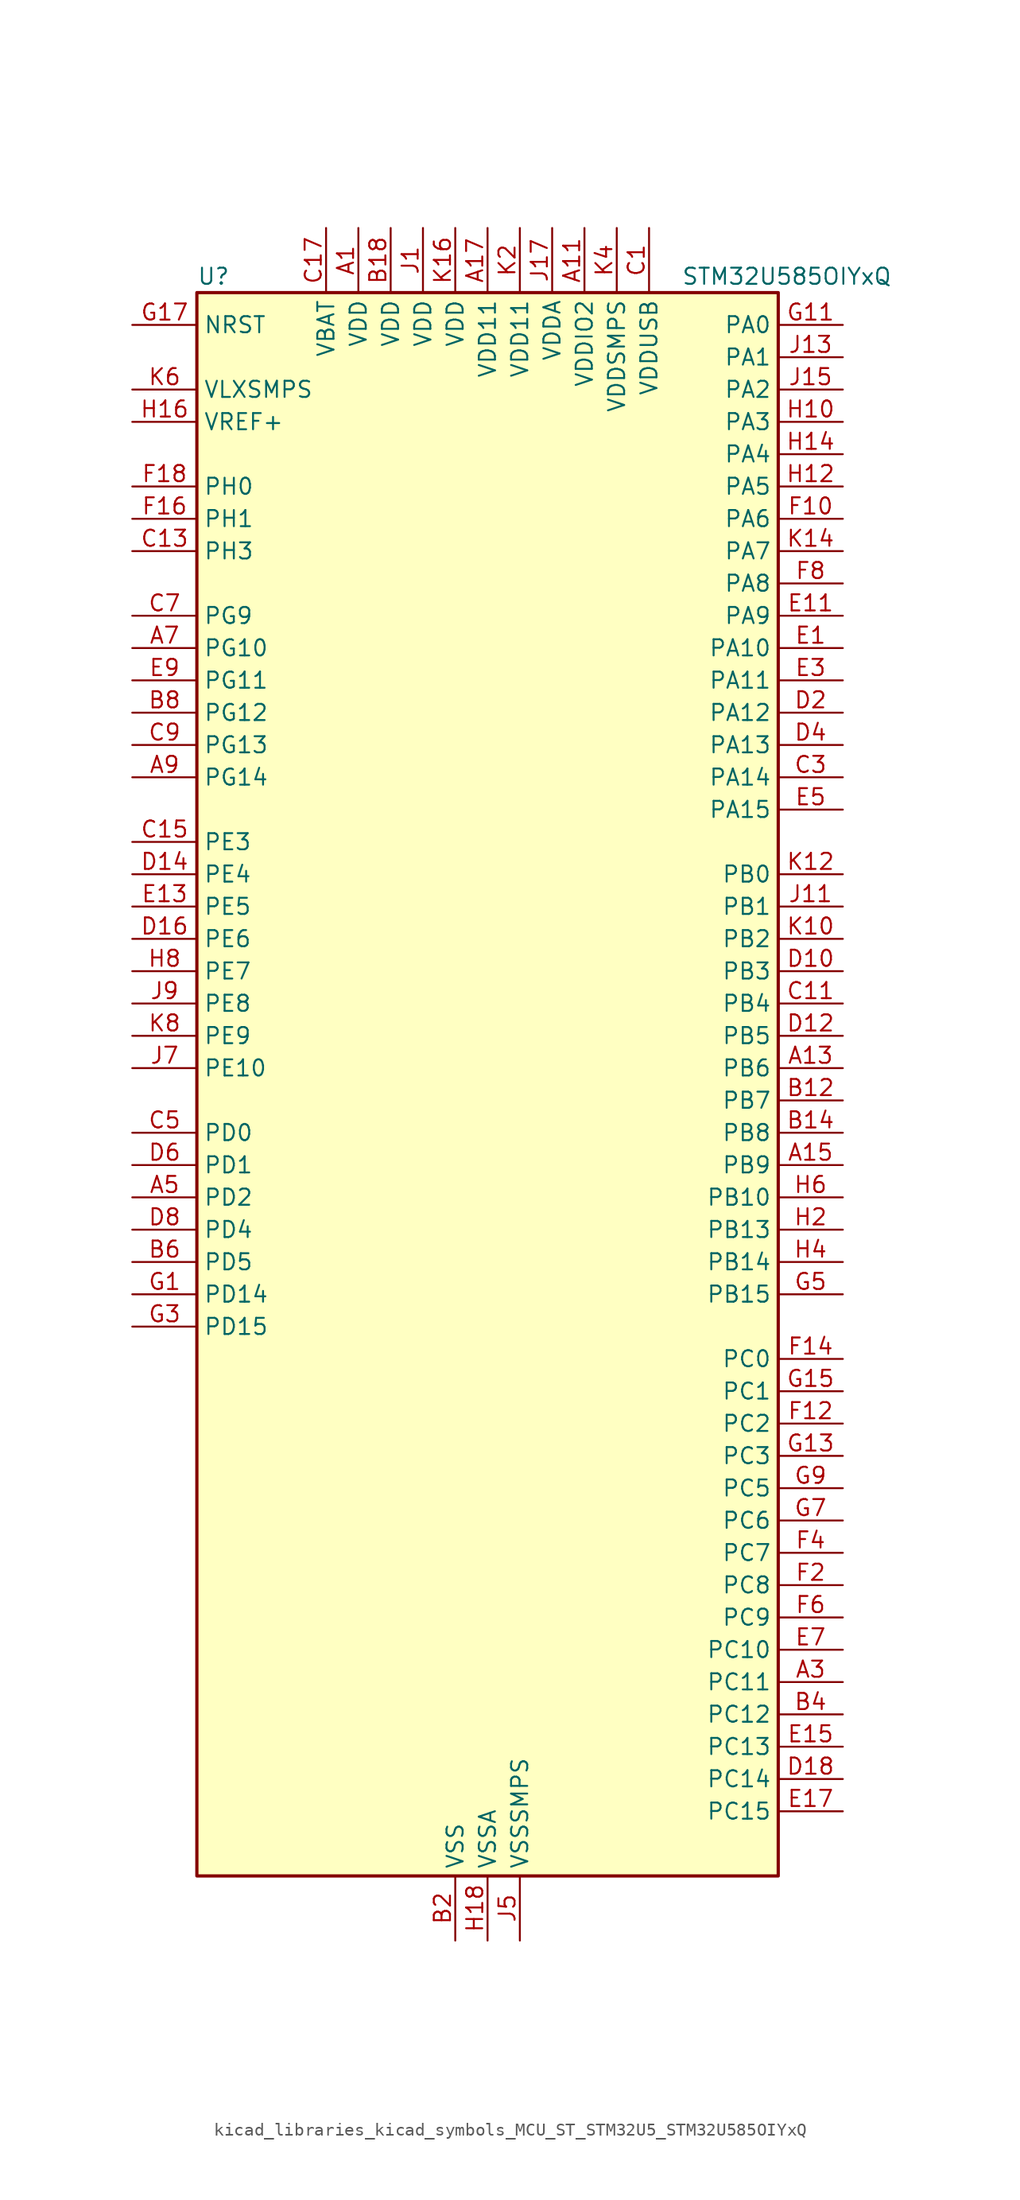
<source format=kicad_sym>
(kicad_symbol_lib
  (version 20220914)
  (generator kicad_symbol_editor)
  (symbol "kicad_libraries_kicad_symbols_MCU_ST_STM32U5_STM32U585OIYxQ"
    (property "Reference" "U"
      (at -22.86 64.77 0)
      (effects (font (size 1.27 1.27)) (justify left)))
    (property "Value" "STM32U585OIYxQ"
      (at 15.24 64.77 0)
      (effects (font (size 1.27 1.27)) (justify left)))
    (property "ki_locked" ""
      (at 0 0 0)
      (effects (font (size 1.27 1.27))))
    (symbol "kicad_libraries_kicad_symbols_MCU_ST_STM32U5_STM32U585OIYxQ_0_1"
      (rectangle (start -22.86 -60.96) (end 22.86 63.5) (stroke (width 0.254) (type default)) (fill (type background))))
    (symbol "kicad_libraries_kicad_symbols_MCU_ST_STM32U5_STM32U585OIYxQ_1_1"
      (pin power_in line (at -10.16 68.58 270) (length 5.08) (name "VDD" (effects (font (size 1.27 1.27)))) (number "A1" (effects (font (size 1.27 1.27)))))
      (pin power_in line (at 7.62 68.58 270) (length 5.08) (name "VDDIO2" (effects (font (size 1.27 1.27)))) (number "A11" (effects (font (size 1.27 1.27)))))
      (pin bidirectional line (at 27.94 2.54 180) (length 5.08) (name "PB6" (effects (font (size 1.27 1.27)))) (number "A13" (effects (font (size 1.27 1.27)))) (alternate "COMP2_INP" bidirectional line) (alternate "DCMI_D5" bidirectional line) (alternate "I2C1_SCL" bidirectional line) (alternate "I2C4_SCL" bidirectional line) (alternate "LPTIM1_ETR" bidirectional line) (alternate "MDF1_SDI5" bidirectional line) (alternate "PSSI_D5" bidirectional line) (alternate "PWR_WKUP3" bidirectional line) (alternate "SAI1_FS_B" bidirectional line) (alternate "TIM16_CH1N" bidirectional line) (alternate "TIM4_CH1" bidirectional line) (alternate "TIM8_BKIN2" bidirectional line) (alternate "TSC_G2_IO3" bidirectional line) (alternate "USART1_TX" bidirectional line))
      (pin bidirectional line (at 27.94 -5.08 180) (length 5.08) (name "PB9" (effects (font (size 1.27 1.27)))) (number "A15" (effects (font (size 1.27 1.27)))) (alternate "DAC1_EXTI9" bidirectional line) (alternate "DCMI_D7" bidirectional line) (alternate "FDCAN1_TX" bidirectional line) (alternate "I2C1_SDA" bidirectional line) (alternate "IR_OUT" bidirectional line) (alternate "PSSI_D7" bidirectional line) (alternate "SAI1_D2" bidirectional line) (alternate "SAI1_FS_A" bidirectional line) (alternate "SDMMC1_CDIR" bidirectional line) (alternate "SDMMC1_D5" bidirectional line) (alternate "SDMMC2_D5" bidirectional line) (alternate "SPI2_NSS" bidirectional line) (alternate "TIM17_CH1" bidirectional line) (alternate "TIM4_CH4" bidirectional line))
      (pin power_in line (at 0 68.58 270) (length 5.08) (name "VDD11" (effects (font (size 1.27 1.27)))) (number "A17" (effects (font (size 1.27 1.27)))))
      (pin bidirectional line (at 27.94 -45.72 180) (length 5.08) (name "PC11" (effects (font (size 1.27 1.27)))) (number "A3" (effects (font (size 1.27 1.27)))) (alternate "ADC1_EXTI11" bidirectional line) (alternate "ADF1_SDI0" bidirectional line) (alternate "DCMI_D2" bidirectional line) (alternate "DCMI_D4" bidirectional line) (alternate "LPTIM3_IN1" bidirectional line) (alternate "OCTOSPIM_P1_NCS" bidirectional line) (alternate "PSSI_D2" bidirectional line) (alternate "PSSI_D4" bidirectional line) (alternate "SDMMC1_D3" bidirectional line) (alternate "SPI3_MISO" bidirectional line) (alternate "TSC_G3_IO3" bidirectional line) (alternate "UART4_RX" bidirectional line) (alternate "UCPD1_FRSTX2" bidirectional line) (alternate "USART3_RX" bidirectional line))
      (pin bidirectional line (at -27.94 -7.62 0) (length 5.08) (name "PD2" (effects (font (size 1.27 1.27)))) (number "A5" (effects (font (size 1.27 1.27)))) (alternate "DCMI_D11" bidirectional line) (alternate "DEBUG_TRACED2" bidirectional line) (alternate "LPTIM4_ETR" bidirectional line) (alternate "PSSI_D11" bidirectional line) (alternate "SDMMC1_CMD" bidirectional line) (alternate "TIM3_ETR" bidirectional line) (alternate "TSC_SYNC" bidirectional line) (alternate "UART5_RX" bidirectional line) (alternate "USART3_DE" bidirectional line) (alternate "USART3_RTS" bidirectional line))
      (pin bidirectional line (at -27.94 35.56 0) (length 5.08) (name "PG10" (effects (font (size 1.27 1.27)))) (number "A7" (effects (font (size 1.27 1.27)))) (alternate "FMC_NE3" bidirectional line) (alternate "LPTIM1_IN1" bidirectional line) (alternate "OCTOSPIM_P2_IO7" bidirectional line) (alternate "SPI3_MISO" bidirectional line) (alternate "TIM15_CH1" bidirectional line) (alternate "USART1_RX" bidirectional line))
      (pin bidirectional line (at -27.94 25.4 0) (length 5.08) (name "PG14" (effects (font (size 1.27 1.27)))) (number "A9" (effects (font (size 1.27 1.27)))) (alternate "FMC_A25" bidirectional line) (alternate "I2C1_SCL" bidirectional line) (alternate "LPTIM1_CH2" bidirectional line))
      (pin passive line (at -2.54 -66.04 90) (length 5.08) hide (name "VSS" (effects (font (size 1.27 1.27)))) (number "B10" (effects (font (size 1.27 1.27)))))
      (pin bidirectional line (at 27.94 0 180) (length 5.08) (name "PB7" (effects (font (size 1.27 1.27)))) (number "B12" (effects (font (size 1.27 1.27)))) (alternate "COMP2_INM" bidirectional line) (alternate "DCMI_VSYNC" bidirectional line) (alternate "FMC_NL" bidirectional line) (alternate "I2C1_SDA" bidirectional line) (alternate "I2C4_SDA" bidirectional line) (alternate "LPTIM1_IN2" bidirectional line) (alternate "MDF1_CKI5" bidirectional line) (alternate "PSSI_RDY" bidirectional line) (alternate "PWR_PVD_IN" bidirectional line) (alternate "PWR_WKUP4" bidirectional line) (alternate "TIM17_CH1N" bidirectional line) (alternate "TIM4_CH2" bidirectional line) (alternate "TIM8_BKIN" bidirectional line) (alternate "TSC_G2_IO4" bidirectional line) (alternate "UART4_CTS" bidirectional line) (alternate "USART1_RX" bidirectional line))
      (pin bidirectional line (at 27.94 -2.54 180) (length 5.08) (name "PB8" (effects (font (size 1.27 1.27)))) (number "B14" (effects (font (size 1.27 1.27)))) (alternate "DCMI_D6" bidirectional line) (alternate "FDCAN1_RX" bidirectional line) (alternate "I2C1_SCL" bidirectional line) (alternate "MDF1_CCK0" bidirectional line) (alternate "PSSI_D6" bidirectional line) (alternate "PWR_WKUP5" bidirectional line) (alternate "SAI1_CK1" bidirectional line) (alternate "SAI1_MCLK_A" bidirectional line) (alternate "SDMMC1_CKIN" bidirectional line) (alternate "SDMMC1_D4" bidirectional line) (alternate "SDMMC2_D4" bidirectional line) (alternate "SPI3_RDY" bidirectional line) (alternate "TIM16_CH1" bidirectional line) (alternate "TIM4_CH3" bidirectional line))
      (pin passive line (at -2.54 -66.04 90) (length 5.08) hide (name "VSS" (effects (font (size 1.27 1.27)))) (number "B16" (effects (font (size 1.27 1.27)))))
      (pin power_in line (at -7.62 68.58 270) (length 5.08) (name "VDD" (effects (font (size 1.27 1.27)))) (number "B18" (effects (font (size 1.27 1.27)))))
      (pin power_in line (at -2.54 -66.04 90) (length 5.08) (name "VSS" (effects (font (size 1.27 1.27)))) (number "B2" (effects (font (size 1.27 1.27)))))
      (pin bidirectional line (at 27.94 -48.26 180) (length 5.08) (name "PC12" (effects (font (size 1.27 1.27)))) (number "B4" (effects (font (size 1.27 1.27)))) (alternate "DCMI_D9" bidirectional line) (alternate "DEBUG_TRACED3" bidirectional line) (alternate "PSSI_D9" bidirectional line) (alternate "SDMMC1_CK" bidirectional line) (alternate "SPI3_MOSI" bidirectional line) (alternate "TSC_G3_IO4" bidirectional line) (alternate "UART5_TX" bidirectional line) (alternate "USART3_CK" bidirectional line))
      (pin bidirectional line (at -27.94 -12.7 0) (length 5.08) (name "PD5" (effects (font (size 1.27 1.27)))) (number "B6" (effects (font (size 1.27 1.27)))) (alternate "FMC_NWE" bidirectional line) (alternate "OCTOSPIM_P1_IO5" bidirectional line) (alternate "SPI2_RDY" bidirectional line) (alternate "USART2_TX" bidirectional line))
      (pin bidirectional line (at -27.94 30.48 0) (length 5.08) (name "PG12" (effects (font (size 1.27 1.27)))) (number "B8" (effects (font (size 1.27 1.27)))) (alternate "FMC_NE4" bidirectional line) (alternate "LPTIM1_ETR" bidirectional line) (alternate "OCTOSPIM_P2_NCS" bidirectional line) (alternate "SPI3_NSS" bidirectional line) (alternate "USART1_DE" bidirectional line) (alternate "USART1_RTS" bidirectional line))
      (pin power_in line (at 12.7 68.58 270) (length 5.08) (name "VDDUSB" (effects (font (size 1.27 1.27)))) (number "C1" (effects (font (size 1.27 1.27)))))
      (pin bidirectional line (at 27.94 7.62 180) (length 5.08) (name "PB4" (effects (font (size 1.27 1.27)))) (number "C11" (effects (font (size 1.27 1.27)))) (alternate "ADF1_SDI0" bidirectional line) (alternate "COMP2_INP" bidirectional line) (alternate "DCMI_D12" bidirectional line) (alternate "DEBUG_JTRST" bidirectional line) (alternate "I2C3_SDA" bidirectional line) (alternate "LPTIM1_CH2" bidirectional line) (alternate "PSSI_D12" bidirectional line) (alternate "SAI1_MCLK_B" bidirectional line) (alternate "SDMMC2_D3" bidirectional line) (alternate "SPI1_MISO" bidirectional line) (alternate "SPI3_MISO" bidirectional line) (alternate "TIM17_BKIN" bidirectional line) (alternate "TIM3_CH1" bidirectional line) (alternate "TSC_G2_IO1" bidirectional line) (alternate "UART5_DE" bidirectional line) (alternate "UART5_RTS" bidirectional line) (alternate "USART1_CTS" bidirectional line))
      (pin bidirectional line (at -27.94 43.18 0) (length 5.08) (name "PH3" (effects (font (size 1.27 1.27)))) (number "C13" (effects (font (size 1.27 1.27)))))
      (pin bidirectional line (at -27.94 20.32 0) (length 5.08) (name "PE3" (effects (font (size 1.27 1.27)))) (number "C15" (effects (font (size 1.27 1.27)))) (alternate "DEBUG_TRACED0" bidirectional line) (alternate "FMC_A19" bidirectional line) (alternate "OCTOSPIM_P1_DQS" bidirectional line) (alternate "SAI1_SD_B" bidirectional line) (alternate "TAMP_IN6" bidirectional line) (alternate "TAMP_OUT3" bidirectional line) (alternate "TIM3_CH1" bidirectional line) (alternate "TSC_G7_IO2" bidirectional line))
      (pin power_in line (at -12.7 68.58 270) (length 5.08) (name "VBAT" (effects (font (size 1.27 1.27)))) (number "C17" (effects (font (size 1.27 1.27)))))
      (pin bidirectional line (at 27.94 25.4 180) (length 5.08) (name "PA14" (effects (font (size 1.27 1.27)))) (number "C3" (effects (font (size 1.27 1.27)))) (alternate "DEBUG_JTCK-SWCLK" bidirectional line) (alternate "I2C1_SMBA" bidirectional line) (alternate "I2C4_SMBA" bidirectional line) (alternate "LPTIM1_CH1" bidirectional line) (alternate "SAI1_FS_B" bidirectional line) (alternate "USB_OTG_FS_SOF" bidirectional line))
      (pin bidirectional line (at -27.94 -2.54 0) (length 5.08) (name "PD0" (effects (font (size 1.27 1.27)))) (number "C5" (effects (font (size 1.27 1.27)))) (alternate "FDCAN1_RX" bidirectional line) (alternate "FMC_D2" bidirectional line) (alternate "FMC_DA2" bidirectional line) (alternate "SPI2_NSS" bidirectional line) (alternate "TIM8_CH4N" bidirectional line))
      (pin bidirectional line (at -27.94 38.1 0) (length 5.08) (name "PG9" (effects (font (size 1.27 1.27)))) (number "C7" (effects (font (size 1.27 1.27)))) (alternate "DAC1_EXTI9" bidirectional line) (alternate "FMC_NCE" bidirectional line) (alternate "FMC_NE2" bidirectional line) (alternate "OCTOSPIM_P2_IO6" bidirectional line) (alternate "SPI3_SCK" bidirectional line) (alternate "TIM15_CH1N" bidirectional line) (alternate "USART1_TX" bidirectional line))
      (pin bidirectional line (at -27.94 27.94 0) (length 5.08) (name "PG13" (effects (font (size 1.27 1.27)))) (number "C9" (effects (font (size 1.27 1.27)))) (alternate "FMC_A24" bidirectional line) (alternate "I2C1_SDA" bidirectional line) (alternate "SPI3_RDY" bidirectional line) (alternate "USART1_CK" bidirectional line))
      (pin bidirectional line (at 27.94 10.16 180) (length 5.08) (name "PB3" (effects (font (size 1.27 1.27)))) (number "D10" (effects (font (size 1.27 1.27)))) (alternate "ADF1_CCK0" bidirectional line) (alternate "COMP2_INM" bidirectional line) (alternate "CRS_SYNC" bidirectional line) (alternate "DEBUG_JTDO-SWO" bidirectional line) (alternate "I2C1_SDA" bidirectional line) (alternate "LPTIM1_CH1" bidirectional line) (alternate "SAI1_SCK_B" bidirectional line) (alternate "SDMMC2_D2" bidirectional line) (alternate "SPI1_SCK" bidirectional line) (alternate "SPI3_SCK" bidirectional line) (alternate "TIM2_CH2" bidirectional line) (alternate "USART1_DE" bidirectional line) (alternate "USART1_RTS" bidirectional line))
      (pin bidirectional line (at 27.94 5.08 180) (length 5.08) (name "PB5" (effects (font (size 1.27 1.27)))) (number "D12" (effects (font (size 1.27 1.27)))) (alternate "COMP2_OUT" bidirectional line) (alternate "DCMI_D10" bidirectional line) (alternate "I2C1_SMBA" bidirectional line) (alternate "LPTIM1_IN1" bidirectional line) (alternate "OCTOSPIM_P1_NCLK" bidirectional line) (alternate "PSSI_D10" bidirectional line) (alternate "PWR_WKUP6" bidirectional line) (alternate "SAI1_SD_B" bidirectional line) (alternate "SPI1_MOSI" bidirectional line) (alternate "SPI3_MOSI" bidirectional line) (alternate "TIM16_BKIN" bidirectional line) (alternate "TIM3_CH2" bidirectional line) (alternate "TSC_G2_IO2" bidirectional line) (alternate "UART5_CTS" bidirectional line) (alternate "UCPD1_DBCC1" bidirectional line) (alternate "USART1_CK" bidirectional line))
      (pin bidirectional line (at -27.94 17.78 0) (length 5.08) (name "PE4" (effects (font (size 1.27 1.27)))) (number "D14" (effects (font (size 1.27 1.27)))) (alternate "DCMI_D4" bidirectional line) (alternate "DEBUG_TRACED1" bidirectional line) (alternate "FMC_A20" bidirectional line) (alternate "MDF1_SDI3" bidirectional line) (alternate "PSSI_D4" bidirectional line) (alternate "PWR_WKUP1" bidirectional line) (alternate "SAI1_D2" bidirectional line) (alternate "SAI1_FS_A" bidirectional line) (alternate "TAMP_IN7" bidirectional line) (alternate "TAMP_OUT8" bidirectional line) (alternate "TIM3_CH2" bidirectional line) (alternate "TSC_G7_IO3" bidirectional line))
      (pin bidirectional line (at -27.94 12.7 0) (length 5.08) (name "PE6" (effects (font (size 1.27 1.27)))) (number "D16" (effects (font (size 1.27 1.27)))) (alternate "DCMI_D7" bidirectional line) (alternate "DEBUG_TRACED3" bidirectional line) (alternate "FMC_A22" bidirectional line) (alternate "PSSI_D7" bidirectional line) (alternate "PWR_WKUP3" bidirectional line) (alternate "SAI1_D1" bidirectional line) (alternate "SAI1_SD_A" bidirectional line) (alternate "TAMP_IN3" bidirectional line) (alternate "TAMP_OUT6" bidirectional line) (alternate "TIM3_CH4" bidirectional line))
      (pin bidirectional line (at 27.94 -53.34 180) (length 5.08) (name "PC14" (effects (font (size 1.27 1.27)))) (number "D18" (effects (font (size 1.27 1.27)))) (alternate "RCC_OSC32_IN" bidirectional line))
      (pin bidirectional line (at 27.94 30.48 180) (length 5.08) (name "PA12" (effects (font (size 1.27 1.27)))) (number "D2" (effects (font (size 1.27 1.27)))) (alternate "FDCAN1_TX" bidirectional line) (alternate "OCTOSPIM_P2_NCS" bidirectional line) (alternate "SPI1_MOSI" bidirectional line) (alternate "TIM1_ETR" bidirectional line) (alternate "USART1_DE" bidirectional line) (alternate "USART1_RTS" bidirectional line) (alternate "USB_OTG_FS_DP" bidirectional line))
      (pin bidirectional line (at 27.94 27.94 180) (length 5.08) (name "PA13" (effects (font (size 1.27 1.27)))) (number "D4" (effects (font (size 1.27 1.27)))) (alternate "DEBUG_JTMS-SWDIO" bidirectional line) (alternate "IR_OUT" bidirectional line) (alternate "SAI1_SD_B" bidirectional line) (alternate "USB_OTG_FS_NOE" bidirectional line))
      (pin bidirectional line (at -27.94 -5.08 0) (length 5.08) (name "PD1" (effects (font (size 1.27 1.27)))) (number "D6" (effects (font (size 1.27 1.27)))) (alternate "FDCAN1_TX" bidirectional line) (alternate "FMC_D3" bidirectional line) (alternate "FMC_DA3" bidirectional line) (alternate "SPI2_SCK" bidirectional line))
      (pin bidirectional line (at -27.94 -10.16 0) (length 5.08) (name "PD4" (effects (font (size 1.27 1.27)))) (number "D8" (effects (font (size 1.27 1.27)))) (alternate "FMC_NOE" bidirectional line) (alternate "MDF1_CKI0" bidirectional line) (alternate "OCTOSPIM_P1_IO4" bidirectional line) (alternate "SPI2_MOSI" bidirectional line) (alternate "USART2_DE" bidirectional line) (alternate "USART2_RTS" bidirectional line))
      (pin bidirectional line (at 27.94 35.56 180) (length 5.08) (name "PA10" (effects (font (size 1.27 1.27)))) (number "E1" (effects (font (size 1.27 1.27)))) (alternate "CRS_SYNC" bidirectional line) (alternate "DCMI_D1" bidirectional line) (alternate "LPTIM2_IN2" bidirectional line) (alternate "PSSI_D1" bidirectional line) (alternate "SAI1_D1" bidirectional line) (alternate "SAI1_SD_A" bidirectional line) (alternate "TIM17_BKIN" bidirectional line) (alternate "TIM1_CH3" bidirectional line) (alternate "USART1_RX" bidirectional line) (alternate "USB_OTG_FS_ID" bidirectional line))
      (pin bidirectional line (at 27.94 38.1 180) (length 5.08) (name "PA9" (effects (font (size 1.27 1.27)))) (number "E11" (effects (font (size 1.27 1.27)))) (alternate "DAC1_EXTI9" bidirectional line) (alternate "DCMI_D0" bidirectional line) (alternate "PSSI_D0" bidirectional line) (alternate "SAI1_FS_A" bidirectional line) (alternate "SPI2_SCK" bidirectional line) (alternate "TIM15_BKIN" bidirectional line) (alternate "TIM1_CH2" bidirectional line) (alternate "USART1_TX" bidirectional line) (alternate "USB_OTG_FS_VBUS" bidirectional line))
      (pin bidirectional line (at -27.94 15.24 0) (length 5.08) (name "PE5" (effects (font (size 1.27 1.27)))) (number "E13" (effects (font (size 1.27 1.27)))) (alternate "DCMI_D6" bidirectional line) (alternate "DEBUG_TRACED2" bidirectional line) (alternate "FMC_A21" bidirectional line) (alternate "MDF1_CKI3" bidirectional line) (alternate "PSSI_D6" bidirectional line) (alternate "PWR_WKUP2" bidirectional line) (alternate "SAI1_CK2" bidirectional line) (alternate "SAI1_SCK_A" bidirectional line) (alternate "TAMP_IN8" bidirectional line) (alternate "TAMP_OUT7" bidirectional line) (alternate "TIM3_CH3" bidirectional line) (alternate "TSC_G7_IO4" bidirectional line))
      (pin bidirectional line (at 27.94 -50.8 180) (length 5.08) (name "PC13" (effects (font (size 1.27 1.27)))) (number "E15" (effects (font (size 1.27 1.27)))) (alternate "PWR_WKUP2" bidirectional line) (alternate "RTC_OUT1" bidirectional line) (alternate "RTC_TS" bidirectional line) (alternate "TAMP_IN1" bidirectional line) (alternate "TAMP_OUT2" bidirectional line))
      (pin bidirectional line (at 27.94 -55.88 180) (length 5.08) (name "PC15" (effects (font (size 1.27 1.27)))) (number "E17" (effects (font (size 1.27 1.27)))) (alternate "ADC1_EXTI15" bidirectional line) (alternate "ADC4_EXTI15" bidirectional line) (alternate "RCC_OSC32_OUT" bidirectional line))
      (pin bidirectional line (at 27.94 33.02 180) (length 5.08) (name "PA11" (effects (font (size 1.27 1.27)))) (number "E3" (effects (font (size 1.27 1.27)))) (alternate "ADC1_EXTI11" bidirectional line) (alternate "FDCAN1_RX" bidirectional line) (alternate "SPI1_MISO" bidirectional line) (alternate "TIM1_BKIN2" bidirectional line) (alternate "TIM1_CH4" bidirectional line) (alternate "USART1_CTS" bidirectional line) (alternate "USB_OTG_FS_DM" bidirectional line))
      (pin bidirectional line (at 27.94 22.86 180) (length 5.08) (name "PA15" (effects (font (size 1.27 1.27)))) (number "E5" (effects (font (size 1.27 1.27)))) (alternate "ADC1_EXTI15" bidirectional line) (alternate "ADC4_EXTI15" bidirectional line) (alternate "DEBUG_JTDI" bidirectional line) (alternate "SPI1_NSS" bidirectional line) (alternate "SPI3_NSS" bidirectional line) (alternate "TIM2_CH1" bidirectional line) (alternate "TIM2_ETR" bidirectional line) (alternate "UART4_DE" bidirectional line) (alternate "UART4_RTS" bidirectional line) (alternate "UCPD1_CC1" bidirectional line) (alternate "USART2_RX" bidirectional line) (alternate "USART3_DE" bidirectional line) (alternate "USART3_RTS" bidirectional line))
      (pin bidirectional line (at 27.94 -43.18 180) (length 5.08) (name "PC10" (effects (font (size 1.27 1.27)))) (number "E7" (effects (font (size 1.27 1.27)))) (alternate "ADF1_CCK1" bidirectional line) (alternate "DCMI_D8" bidirectional line) (alternate "DEBUG_TRACED1" bidirectional line) (alternate "LPTIM3_ETR" bidirectional line) (alternate "PSSI_D8" bidirectional line) (alternate "SDMMC1_D2" bidirectional line) (alternate "SPI3_SCK" bidirectional line) (alternate "TSC_G3_IO2" bidirectional line) (alternate "UART4_TX" bidirectional line) (alternate "USART3_TX" bidirectional line))
      (pin bidirectional line (at -27.94 33.02 0) (length 5.08) (name "PG11" (effects (font (size 1.27 1.27)))) (number "E9" (effects (font (size 1.27 1.27)))) (alternate "ADC1_EXTI11" bidirectional line) (alternate "LPTIM1_IN2" bidirectional line) (alternate "OCTOSPIM_P1_IO5" bidirectional line) (alternate "SPI3_MOSI" bidirectional line) (alternate "TIM15_CH2" bidirectional line) (alternate "USART1_CTS" bidirectional line))
      (pin bidirectional line (at 27.94 45.72 180) (length 5.08) (name "PA6" (effects (font (size 1.27 1.27)))) (number "F10" (effects (font (size 1.27 1.27)))) (alternate "ADC1_IN11" bidirectional line) (alternate "ADC4_IN11" bidirectional line) (alternate "DCMI_PIXCLK" bidirectional line) (alternate "LPUART1_CTS" bidirectional line) (alternate "OCTOSPIM_P1_IO3" bidirectional line) (alternate "OPAMP2_VINP" bidirectional line) (alternate "PSSI_PDCK" bidirectional line) (alternate "PWR_CDSTOP" bidirectional line) (alternate "PWR_WKUP7" bidirectional line) (alternate "SPI1_MISO" bidirectional line) (alternate "TIM16_CH1" bidirectional line) (alternate "TIM1_BKIN" bidirectional line) (alternate "TIM3_CH1" bidirectional line) (alternate "TIM8_BKIN" bidirectional line) (alternate "USART3_CTS" bidirectional line))
      (pin bidirectional line (at 27.94 -25.4 180) (length 5.08) (name "PC2" (effects (font (size 1.27 1.27)))) (number "F12" (effects (font (size 1.27 1.27)))) (alternate "ADC1_IN3" bidirectional line) (alternate "ADC4_IN3" bidirectional line) (alternate "LPTIM1_IN2" bidirectional line) (alternate "MDF1_CCK1" bidirectional line) (alternate "OCTOSPIM_P1_IO5" bidirectional line) (alternate "SPI2_MISO" bidirectional line))
      (pin bidirectional line (at 27.94 -20.32 180) (length 5.08) (name "PC0" (effects (font (size 1.27 1.27)))) (number "F14" (effects (font (size 1.27 1.27)))) (alternate "ADC1_IN1" bidirectional line) (alternate "ADC4_IN1" bidirectional line) (alternate "I2C3_SCL" bidirectional line) (alternate "LPTIM1_IN1" bidirectional line) (alternate "LPTIM2_IN1" bidirectional line) (alternate "LPUART1_RX" bidirectional line) (alternate "MDF1_SDI4" bidirectional line) (alternate "OCTOSPIM_P1_IO7" bidirectional line) (alternate "SDMMC1_D5" bidirectional line) (alternate "SPI2_RDY" bidirectional line))
      (pin bidirectional line (at -27.94 45.72 0) (length 5.08) (name "PH1" (effects (font (size 1.27 1.27)))) (number "F16" (effects (font (size 1.27 1.27)))) (alternate "RCC_OSC_OUT" bidirectional line))
      (pin bidirectional line (at -27.94 48.26 0) (length 5.08) (name "PH0" (effects (font (size 1.27 1.27)))) (number "F18" (effects (font (size 1.27 1.27)))) (alternate "RCC_OSC_IN" bidirectional line))
      (pin bidirectional line (at 27.94 -38.1 180) (length 5.08) (name "PC8" (effects (font (size 1.27 1.27)))) (number "F2" (effects (font (size 1.27 1.27)))) (alternate "DCMI_D2" bidirectional line) (alternate "LPTIM3_CH1" bidirectional line) (alternate "PSSI_D2" bidirectional line) (alternate "PWR_SRDSTOP" bidirectional line) (alternate "SDMMC1_D0" bidirectional line) (alternate "TIM3_CH3" bidirectional line) (alternate "TIM8_CH3" bidirectional line) (alternate "TSC_G4_IO3" bidirectional line))
      (pin bidirectional line (at 27.94 -35.56 180) (length 5.08) (name "PC7" (effects (font (size 1.27 1.27)))) (number "F4" (effects (font (size 1.27 1.27)))) (alternate "DCMI_D1" bidirectional line) (alternate "LPTIM2_CH2" bidirectional line) (alternate "MDF1_SDI3" bidirectional line) (alternate "PSSI_D1" bidirectional line) (alternate "PWR_CDSTOP" bidirectional line) (alternate "SDMMC1_D123DIR" bidirectional line) (alternate "SDMMC1_D7" bidirectional line) (alternate "SDMMC2_D7" bidirectional line) (alternate "TIM3_CH2" bidirectional line) (alternate "TIM8_CH2" bidirectional line) (alternate "TSC_G4_IO2" bidirectional line))
      (pin bidirectional line (at 27.94 -40.64 180) (length 5.08) (name "PC9" (effects (font (size 1.27 1.27)))) (number "F6" (effects (font (size 1.27 1.27)))) (alternate "DAC1_EXTI9" bidirectional line) (alternate "DCMI_D3" bidirectional line) (alternate "DEBUG_TRACED0" bidirectional line) (alternate "LPTIM3_CH2" bidirectional line) (alternate "PSSI_D3" bidirectional line) (alternate "SDMMC1_D1" bidirectional line) (alternate "TIM3_CH4" bidirectional line) (alternate "TIM8_BKIN2" bidirectional line) (alternate "TIM8_CH4" bidirectional line) (alternate "TSC_G4_IO4" bidirectional line) (alternate "USB_OTG_FS_NOE" bidirectional line))
      (pin bidirectional line (at 27.94 40.64 180) (length 5.08) (name "PA8" (effects (font (size 1.27 1.27)))) (number "F8" (effects (font (size 1.27 1.27)))) (alternate "DEBUG_TRACECLK" bidirectional line) (alternate "LPTIM2_CH1" bidirectional line) (alternate "RCC_MCO" bidirectional line) (alternate "SAI1_CK2" bidirectional line) (alternate "SAI1_SCK_A" bidirectional line) (alternate "SPI1_RDY" bidirectional line) (alternate "TIM1_CH1" bidirectional line) (alternate "USART1_CK" bidirectional line) (alternate "USB_OTG_FS_SOF" bidirectional line))
      (pin bidirectional line (at -27.94 -15.24 0) (length 5.08) (name "PD14" (effects (font (size 1.27 1.27)))) (number "G1" (effects (font (size 1.27 1.27)))) (alternate "FMC_D0" bidirectional line) (alternate "FMC_DA0" bidirectional line) (alternate "LPTIM3_CH1" bidirectional line) (alternate "TIM4_CH3" bidirectional line))
      (pin bidirectional line (at 27.94 60.96 180) (length 5.08) (name "PA0" (effects (font (size 1.27 1.27)))) (number "G11" (effects (font (size 1.27 1.27)))) (alternate "ADC1_IN5" bidirectional line) (alternate "AUDIOCLK" bidirectional line) (alternate "OCTOSPIM_P2_NCS" bidirectional line) (alternate "OPAMP1_VINP" bidirectional line) (alternate "PWR_WKUP1" bidirectional line) (alternate "SDMMC2_CMD" bidirectional line) (alternate "SPI3_RDY" bidirectional line) (alternate "TAMP_IN2" bidirectional line) (alternate "TAMP_OUT1" bidirectional line) (alternate "TIM2_CH1" bidirectional line) (alternate "TIM2_ETR" bidirectional line) (alternate "TIM5_CH1" bidirectional line) (alternate "TIM8_ETR" bidirectional line) (alternate "UART4_TX" bidirectional line) (alternate "USART2_CTS" bidirectional line))
      (pin bidirectional line (at 27.94 -27.94 180) (length 5.08) (name "PC3" (effects (font (size 1.27 1.27)))) (number "G13" (effects (font (size 1.27 1.27)))) (alternate "ADC1_IN4" bidirectional line) (alternate "ADC4_IN4" bidirectional line) (alternate "LPTIM1_ETR" bidirectional line) (alternate "LPTIM2_ETR" bidirectional line) (alternate "LPTIM3_CH1" bidirectional line) (alternate "OCTOSPIM_P1_IO6" bidirectional line) (alternate "SAI1_D1" bidirectional line) (alternate "SAI1_SD_A" bidirectional line) (alternate "SPI2_MOSI" bidirectional line))
      (pin bidirectional line (at 27.94 -22.86 180) (length 5.08) (name "PC1" (effects (font (size 1.27 1.27)))) (number "G15" (effects (font (size 1.27 1.27)))) (alternate "ADC1_IN2" bidirectional line) (alternate "ADC4_IN2" bidirectional line) (alternate "DEBUG_TRACED0" bidirectional line) (alternate "I2C3_SDA" bidirectional line) (alternate "LPTIM1_CH1" bidirectional line) (alternate "LPUART1_TX" bidirectional line) (alternate "MDF1_CKI4" bidirectional line) (alternate "OCTOSPIM_P1_IO4" bidirectional line) (alternate "SAI1_SD_A" bidirectional line) (alternate "SDMMC2_CK" bidirectional line) (alternate "SPI2_MOSI" bidirectional line))
      (pin input line (at -27.94 60.96 0) (length 5.08) (name "NRST" (effects (font (size 1.27 1.27)))) (number "G17" (effects (font (size 1.27 1.27)))))
      (pin bidirectional line (at -27.94 -17.78 0) (length 5.08) (name "PD15" (effects (font (size 1.27 1.27)))) (number "G3" (effects (font (size 1.27 1.27)))) (alternate "ADC1_EXTI15" bidirectional line) (alternate "ADC4_EXTI15" bidirectional line) (alternate "FMC_D1" bidirectional line) (alternate "FMC_DA1" bidirectional line) (alternate "LPTIM3_CH2" bidirectional line) (alternate "TIM4_CH4" bidirectional line))
      (pin bidirectional line (at 27.94 -15.24 180) (length 5.08) (name "PB15" (effects (font (size 1.27 1.27)))) (number "G5" (effects (font (size 1.27 1.27)))) (alternate "ADC1_EXTI15" bidirectional line) (alternate "ADC4_EXTI15" bidirectional line) (alternate "FMC_NBL1" bidirectional line) (alternate "LPTIM2_IN2" bidirectional line) (alternate "MDF1_CKI2" bidirectional line) (alternate "PWR_WKUP7" bidirectional line) (alternate "RTC_REFIN" bidirectional line) (alternate "SDMMC2_D1" bidirectional line) (alternate "SPI2_MOSI" bidirectional line) (alternate "TIM15_CH2" bidirectional line) (alternate "TIM1_CH3N" bidirectional line) (alternate "TIM8_CH3N" bidirectional line) (alternate "UCPD1_CC2" bidirectional line))
      (pin bidirectional line (at 27.94 -33.02 180) (length 5.08) (name "PC6" (effects (font (size 1.27 1.27)))) (number "G7" (effects (font (size 1.27 1.27)))) (alternate "DCMI_D0" bidirectional line) (alternate "MDF1_CKI3" bidirectional line) (alternate "PSSI_D0" bidirectional line) (alternate "PWR_CSLEEP" bidirectional line) (alternate "SDMMC1_D0DIR" bidirectional line) (alternate "SDMMC1_D6" bidirectional line) (alternate "SDMMC2_D6" bidirectional line) (alternate "TIM3_CH1" bidirectional line) (alternate "TIM8_CH1" bidirectional line) (alternate "TSC_G4_IO1" bidirectional line))
      (pin bidirectional line (at 27.94 -30.48 180) (length 5.08) (name "PC5" (effects (font (size 1.27 1.27)))) (number "G9" (effects (font (size 1.27 1.27)))) (alternate "ADC1_IN14" bidirectional line) (alternate "ADC4_IN23" bidirectional line) (alternate "COMP1_INP" bidirectional line) (alternate "PSSI_D15" bidirectional line) (alternate "PWR_WKUP5" bidirectional line) (alternate "SAI1_D3" bidirectional line) (alternate "TAMP_IN4" bidirectional line) (alternate "TAMP_OUT5" bidirectional line) (alternate "TIM1_CH4N" bidirectional line) (alternate "USART3_RX" bidirectional line))
      (pin bidirectional line (at 27.94 53.34 180) (length 5.08) (name "PA3" (effects (font (size 1.27 1.27)))) (number "H10" (effects (font (size 1.27 1.27)))) (alternate "ADC1_IN8" bidirectional line) (alternate "LPUART1_RX" bidirectional line) (alternate "OCTOSPIM_P1_CLK" bidirectional line) (alternate "OPAMP1_VOUT" bidirectional line) (alternate "PWR_WKUP5" bidirectional line) (alternate "SAI1_CK1" bidirectional line) (alternate "SAI1_MCLK_A" bidirectional line) (alternate "TIM15_CH2" bidirectional line) (alternate "TIM2_CH4" bidirectional line) (alternate "TIM5_CH4" bidirectional line) (alternate "USART2_RX" bidirectional line))
      (pin bidirectional line (at 27.94 48.26 180) (length 5.08) (name "PA5" (effects (font (size 1.27 1.27)))) (number "H12" (effects (font (size 1.27 1.27)))) (alternate "ADC1_IN10" bidirectional line) (alternate "ADC4_IN10" bidirectional line) (alternate "DAC1_OUT2" bidirectional line) (alternate "LPTIM2_ETR" bidirectional line) (alternate "PSSI_D14" bidirectional line) (alternate "PWR_CSLEEP" bidirectional line) (alternate "PWR_WKUP6" bidirectional line) (alternate "SPI1_SCK" bidirectional line) (alternate "TIM2_CH1" bidirectional line) (alternate "TIM2_ETR" bidirectional line) (alternate "TIM8_CH1N" bidirectional line) (alternate "USART3_RX" bidirectional line))
      (pin bidirectional line (at 27.94 50.8 180) (length 5.08) (name "PA4" (effects (font (size 1.27 1.27)))) (number "H14" (effects (font (size 1.27 1.27)))) (alternate "ADC1_IN9" bidirectional line) (alternate "ADC4_IN9" bidirectional line) (alternate "DAC1_OUT1" bidirectional line) (alternate "DCMI_HSYNC" bidirectional line) (alternate "LPTIM2_CH1" bidirectional line) (alternate "OCTOSPIM_P1_NCS" bidirectional line) (alternate "PSSI_DE" bidirectional line) (alternate "PWR_WKUP2" bidirectional line) (alternate "SAI1_FS_B" bidirectional line) (alternate "SPI1_NSS" bidirectional line) (alternate "SPI3_NSS" bidirectional line) (alternate "USART2_CK" bidirectional line))
      (pin input line (at -27.94 53.34 0) (length 5.08) (name "VREF+" (effects (font (size 1.27 1.27)))) (number "H16" (effects (font (size 1.27 1.27)))) (alternate "VREFBUF_OUT" bidirectional line))
      (pin power_in line (at 0 -66.04 90) (length 5.08) (name "VSSA" (effects (font (size 1.27 1.27)))) (number "H18" (effects (font (size 1.27 1.27)))))
      (pin bidirectional line (at 27.94 -10.16 180) (length 5.08) (name "PB13" (effects (font (size 1.27 1.27)))) (number "H2" (effects (font (size 1.27 1.27)))) (alternate "I2C2_SCL" bidirectional line) (alternate "LPTIM3_IN1" bidirectional line) (alternate "LPUART1_CTS" bidirectional line) (alternate "MDF1_CKI1" bidirectional line) (alternate "SPI2_SCK" bidirectional line) (alternate "TIM15_CH1N" bidirectional line) (alternate "TIM1_CH1N" bidirectional line) (alternate "TSC_G1_IO2" bidirectional line) (alternate "USART3_CTS" bidirectional line))
      (pin bidirectional line (at 27.94 -12.7 180) (length 5.08) (name "PB14" (effects (font (size 1.27 1.27)))) (number "H4" (effects (font (size 1.27 1.27)))) (alternate "I2C2_SDA" bidirectional line) (alternate "LPTIM3_ETR" bidirectional line) (alternate "MDF1_SDI2" bidirectional line) (alternate "SDMMC2_D0" bidirectional line) (alternate "SPI2_MISO" bidirectional line) (alternate "TIM15_CH1" bidirectional line) (alternate "TIM1_CH2N" bidirectional line) (alternate "TIM8_CH2N" bidirectional line) (alternate "TSC_G1_IO3" bidirectional line) (alternate "UCPD1_DBCC2" bidirectional line) (alternate "USART3_DE" bidirectional line) (alternate "USART3_RTS" bidirectional line))
      (pin bidirectional line (at 27.94 -7.62 180) (length 5.08) (name "PB10" (effects (font (size 1.27 1.27)))) (number "H6" (effects (font (size 1.27 1.27)))) (alternate "COMP1_OUT" bidirectional line) (alternate "I2C2_SCL" bidirectional line) (alternate "I2C4_SCL" bidirectional line) (alternate "LPTIM3_CH1" bidirectional line) (alternate "LPUART1_RX" bidirectional line) (alternate "OCTOSPIM_P1_CLK" bidirectional line) (alternate "PWR_WKUP8" bidirectional line) (alternate "SAI1_SCK_A" bidirectional line) (alternate "SPI2_SCK" bidirectional line) (alternate "TIM2_CH3" bidirectional line) (alternate "TSC_SYNC" bidirectional line) (alternate "USART3_TX" bidirectional line))
      (pin bidirectional line (at -27.94 10.16 0) (length 5.08) (name "PE7" (effects (font (size 1.27 1.27)))) (number "H8" (effects (font (size 1.27 1.27)))) (alternate "FMC_D4" bidirectional line) (alternate "FMC_DA4" bidirectional line) (alternate "MDF1_SDI2" bidirectional line) (alternate "PWR_WKUP6" bidirectional line) (alternate "SAI1_SD_B" bidirectional line) (alternate "TIM1_ETR" bidirectional line))
      (pin power_in line (at -5.08 68.58 270) (length 5.08) (name "VDD" (effects (font (size 1.27 1.27)))) (number "J1" (effects (font (size 1.27 1.27)))))
      (pin bidirectional line (at 27.94 15.24 180) (length 5.08) (name "PB1" (effects (font (size 1.27 1.27)))) (number "J11" (effects (font (size 1.27 1.27)))) (alternate "ADC1_IN16" bidirectional line) (alternate "ADC4_IN19" bidirectional line) (alternate "COMP1_INM" bidirectional line) (alternate "LPTIM2_IN1" bidirectional line) (alternate "LPTIM3_CH2" bidirectional line) (alternate "LPUART1_DE" bidirectional line) (alternate "LPUART1_RTS" bidirectional line) (alternate "MDF1_SDI0" bidirectional line) (alternate "OCTOSPIM_P1_IO0" bidirectional line) (alternate "PWR_WKUP4" bidirectional line) (alternate "TIM1_CH3N" bidirectional line) (alternate "TIM3_CH4" bidirectional line) (alternate "TIM8_CH3N" bidirectional line) (alternate "USART3_DE" bidirectional line) (alternate "USART3_RTS" bidirectional line))
      (pin bidirectional line (at 27.94 58.42 180) (length 5.08) (name "PA1" (effects (font (size 1.27 1.27)))) (number "J13" (effects (font (size 1.27 1.27)))) (alternate "ADC1_IN6" bidirectional line) (alternate "I2C1_SMBA" bidirectional line) (alternate "LPTIM1_CH2" bidirectional line) (alternate "OCTOSPIM_P1_DQS" bidirectional line) (alternate "OPAMP1_VINM" bidirectional line) (alternate "PWR_WKUP3" bidirectional line) (alternate "SPI1_SCK" bidirectional line) (alternate "TAMP_IN5" bidirectional line) (alternate "TAMP_OUT4" bidirectional line) (alternate "TIM15_CH1N" bidirectional line) (alternate "TIM2_CH2" bidirectional line) (alternate "TIM5_CH2" bidirectional line) (alternate "UART4_RX" bidirectional line) (alternate "USART2_DE" bidirectional line) (alternate "USART2_RTS" bidirectional line))
      (pin bidirectional line (at 27.94 55.88 180) (length 5.08) (name "PA2" (effects (font (size 1.27 1.27)))) (number "J15" (effects (font (size 1.27 1.27)))) (alternate "ADC1_IN7" bidirectional line) (alternate "COMP1_INP" bidirectional line) (alternate "LPUART1_TX" bidirectional line) (alternate "OCTOSPIM_P1_NCS" bidirectional line) (alternate "PWR_WKUP4" bidirectional line) (alternate "RCC_LSCO" bidirectional line) (alternate "SPI1_RDY" bidirectional line) (alternate "TIM15_CH1" bidirectional line) (alternate "TIM2_CH3" bidirectional line) (alternate "TIM5_CH3" bidirectional line) (alternate "UCPD1_FRSTX1" bidirectional line) (alternate "USART2_TX" bidirectional line))
      (pin power_in line (at 5.08 68.58 270) (length 5.08) (name "VDDA" (effects (font (size 1.27 1.27)))) (number "J17" (effects (font (size 1.27 1.27)))))
      (pin passive line (at -2.54 -66.04 90) (length 5.08) hide (name "VSS" (effects (font (size 1.27 1.27)))) (number "J3" (effects (font (size 1.27 1.27)))))
      (pin power_in line (at 2.54 -66.04 90) (length 5.08) (name "VSSSMPS" (effects (font (size 1.27 1.27)))) (number "J5" (effects (font (size 1.27 1.27)))))
      (pin bidirectional line (at -27.94 2.54 0) (length 5.08) (name "PE10" (effects (font (size 1.27 1.27)))) (number "J7" (effects (font (size 1.27 1.27)))) (alternate "ADF1_SDI0" bidirectional line) (alternate "FMC_D7" bidirectional line) (alternate "FMC_DA7" bidirectional line) (alternate "MDF1_SDI4" bidirectional line) (alternate "OCTOSPIM_P1_CLK" bidirectional line) (alternate "SAI1_MCLK_B" bidirectional line) (alternate "TIM1_CH2N" bidirectional line) (alternate "TSC_G5_IO1" bidirectional line))
      (pin bidirectional line (at -27.94 7.62 0) (length 5.08) (name "PE8" (effects (font (size 1.27 1.27)))) (number "J9" (effects (font (size 1.27 1.27)))) (alternate "FMC_D5" bidirectional line) (alternate "FMC_DA5" bidirectional line) (alternate "MDF1_CKI2" bidirectional line) (alternate "PWR_WKUP7" bidirectional line) (alternate "SAI1_SCK_B" bidirectional line) (alternate "TIM1_CH1N" bidirectional line))
      (pin bidirectional line (at 27.94 12.7 180) (length 5.08) (name "PB2" (effects (font (size 1.27 1.27)))) (number "K10" (effects (font (size 1.27 1.27)))) (alternate "ADC1_IN17" bidirectional line) (alternate "COMP1_INP" bidirectional line) (alternate "I2C3_SMBA" bidirectional line) (alternate "LPTIM1_CH1" bidirectional line) (alternate "MDF1_CKI0" bidirectional line) (alternate "OCTOSPIM_P1_DQS" bidirectional line) (alternate "PWR_WKUP1" bidirectional line) (alternate "RTC_OUT2" bidirectional line) (alternate "SPI1_RDY" bidirectional line) (alternate "TIM8_CH4N" bidirectional line) (alternate "UCPD1_FRSTX1" bidirectional line))
      (pin bidirectional line (at 27.94 17.78 180) (length 5.08) (name "PB0" (effects (font (size 1.27 1.27)))) (number "K12" (effects (font (size 1.27 1.27)))) (alternate "ADC1_IN15" bidirectional line) (alternate "ADC4_IN18" bidirectional line) (alternate "AUDIOCLK" bidirectional line) (alternate "COMP1_OUT" bidirectional line) (alternate "LPTIM3_CH1" bidirectional line) (alternate "OCTOSPIM_P1_IO1" bidirectional line) (alternate "OPAMP2_VOUT" bidirectional line) (alternate "SPI1_NSS" bidirectional line) (alternate "TIM1_CH2N" bidirectional line) (alternate "TIM3_CH3" bidirectional line) (alternate "TIM8_CH2N" bidirectional line) (alternate "USART3_CK" bidirectional line))
      (pin bidirectional line (at 27.94 43.18 180) (length 5.08) (name "PA7" (effects (font (size 1.27 1.27)))) (number "K14" (effects (font (size 1.27 1.27)))) (alternate "ADC1_IN12" bidirectional line) (alternate "ADC4_IN20" bidirectional line) (alternate "I2C3_SCL" bidirectional line) (alternate "LPTIM2_CH2" bidirectional line) (alternate "OCTOSPIM_P1_IO2" bidirectional line) (alternate "OPAMP2_VINM" bidirectional line) (alternate "PWR_SRDSTOP" bidirectional line) (alternate "PWR_WKUP8" bidirectional line) (alternate "SPI1_MOSI" bidirectional line) (alternate "TIM17_CH1" bidirectional line) (alternate "TIM1_CH1N" bidirectional line) (alternate "TIM3_CH2" bidirectional line) (alternate "TIM8_CH1N" bidirectional line) (alternate "USART3_TX" bidirectional line))
      (pin power_in line (at -2.54 68.58 270) (length 5.08) (name "VDD" (effects (font (size 1.27 1.27)))) (number "K16" (effects (font (size 1.27 1.27)))))
      (pin passive line (at -2.54 -66.04 90) (length 5.08) hide (name "VSS" (effects (font (size 1.27 1.27)))) (number "K18" (effects (font (size 1.27 1.27)))))
      (pin power_in line (at 2.54 68.58 270) (length 5.08) (name "VDD11" (effects (font (size 1.27 1.27)))) (number "K2" (effects (font (size 1.27 1.27)))))
      (pin power_in line (at 10.16 68.58 270) (length 5.08) (name "VDDSMPS" (effects (font (size 1.27 1.27)))) (number "K4" (effects (font (size 1.27 1.27)))))
      (pin power_in line (at -27.94 55.88 0) (length 5.08) (name "VLXSMPS" (effects (font (size 1.27 1.27)))) (number "K6" (effects (font (size 1.27 1.27)))))
      (pin bidirectional line (at -27.94 5.08 0) (length 5.08) (name "PE9" (effects (font (size 1.27 1.27)))) (number "K8" (effects (font (size 1.27 1.27)))) (alternate "ADF1_CCK0" bidirectional line) (alternate "DAC1_EXTI9" bidirectional line) (alternate "FMC_D6" bidirectional line) (alternate "FMC_DA6" bidirectional line) (alternate "MDF1_CCK0" bidirectional line) (alternate "OCTOSPIM_P1_NCLK" bidirectional line) (alternate "SAI1_FS_B" bidirectional line) (alternate "TIM1_CH1" bidirectional line)))))
</source>
